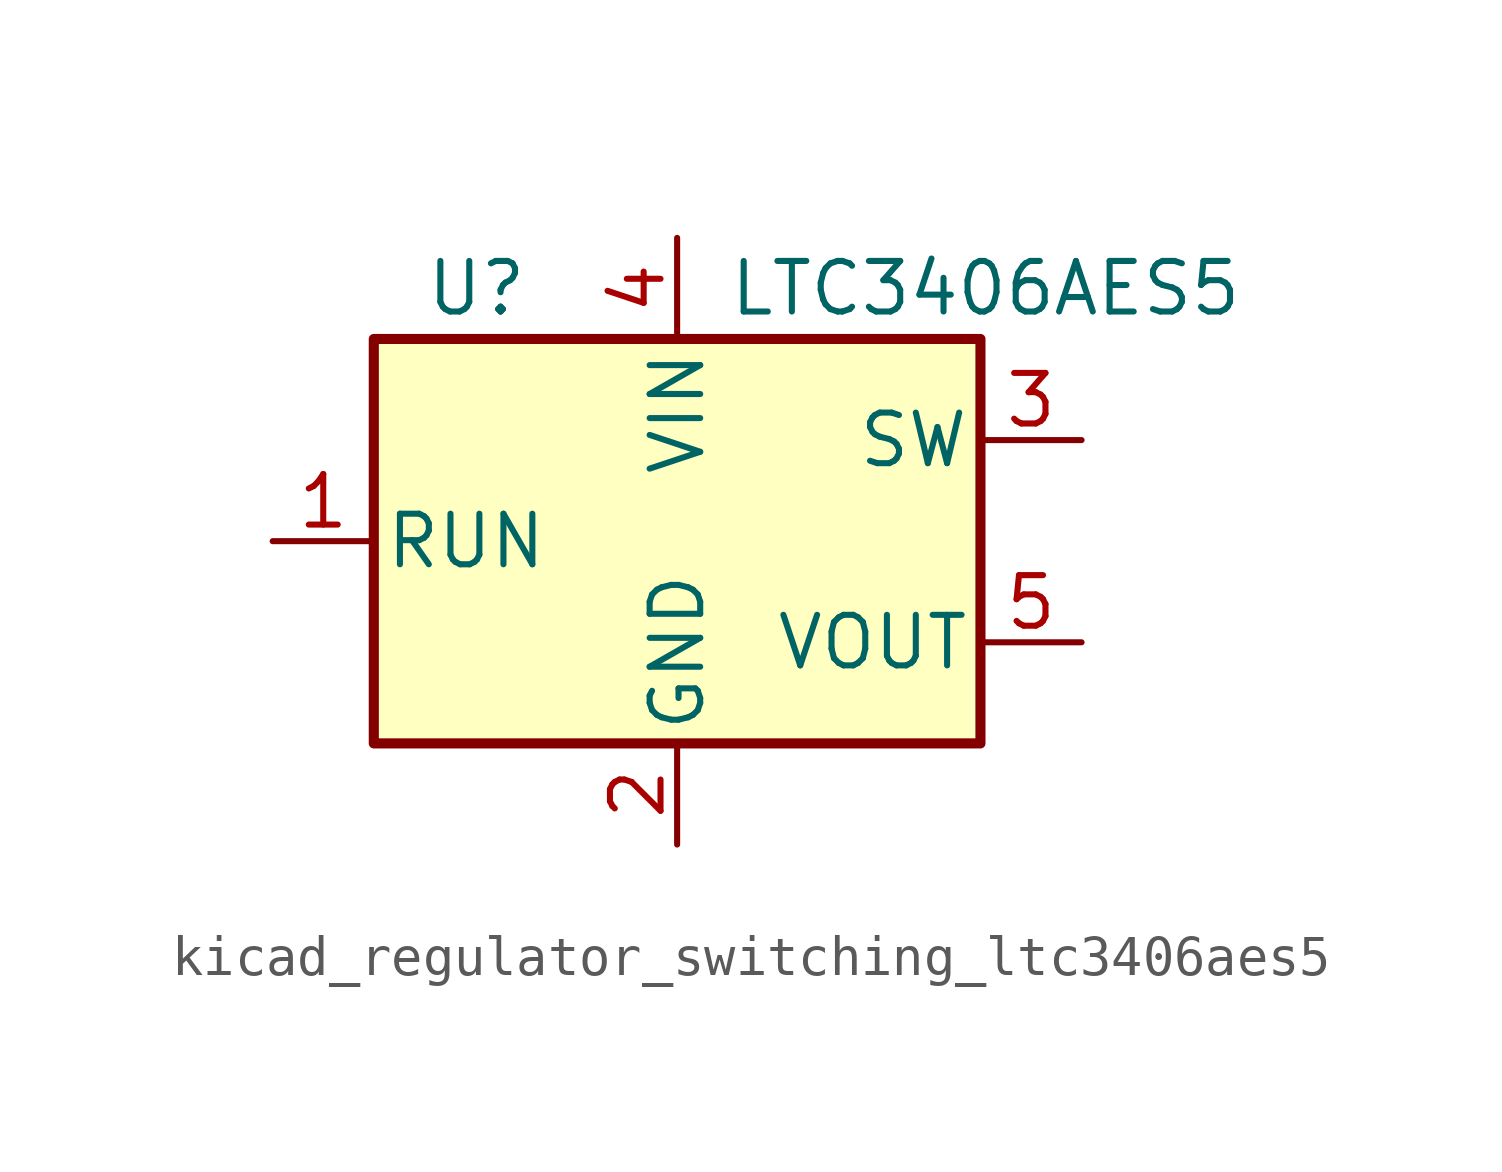
<source format=kicad_sym>
(kicad_symbol_lib
  (version 20220914)
  (generator kicad_symbol_editor)
  (symbol "kicad_regulator_switching_ltc3406aes5"
    (pin_names
      (offset 0.254))
    (property "Reference" "U"
      (at -6.35 6.35 0)
      (effects (font (size 1.27 1.27)) (justify left)))
    (property "Value" "LTC3406AES5"
      (at 1.27 6.35 0)
      (effects (font (size 1.27 1.27)) (justify left)))
    (symbol "kicad_regulator_switching_ltc3406aes5_0_1"
      (rectangle (start -7.62 5.08) (end 7.62 -5.08) (stroke (width 0.254) (type default)) (fill (type background))))
    (symbol "kicad_regulator_switching_ltc3406aes5_1_1"
      (pin input line (at -10.16 0 0) (length 2.54) (name "RUN" (effects (font (size 1.27 1.27)))) (number "1" (effects (font (size 1.27 1.27)))))
      (pin power_in line (at 0 -7.62 90) (length 2.54) (name "GND" (effects (font (size 1.27 1.27)))) (number "2" (effects (font (size 1.27 1.27)))))
      (pin output line (at 10.16 2.54 180) (length 2.54) (name "SW" (effects (font (size 1.27 1.27)))) (number "3" (effects (font (size 1.27 1.27)))))
      (pin power_in line (at 0 7.62 270) (length 2.54) (name "VIN" (effects (font (size 1.27 1.27)))) (number "4" (effects (font (size 1.27 1.27)))))
      (pin power_out line (at 10.16 -2.54 180) (length 2.54) (name "VOUT" (effects (font (size 1.27 1.27)))) (number "5" (effects (font (size 1.27 1.27))))))))
</source>
